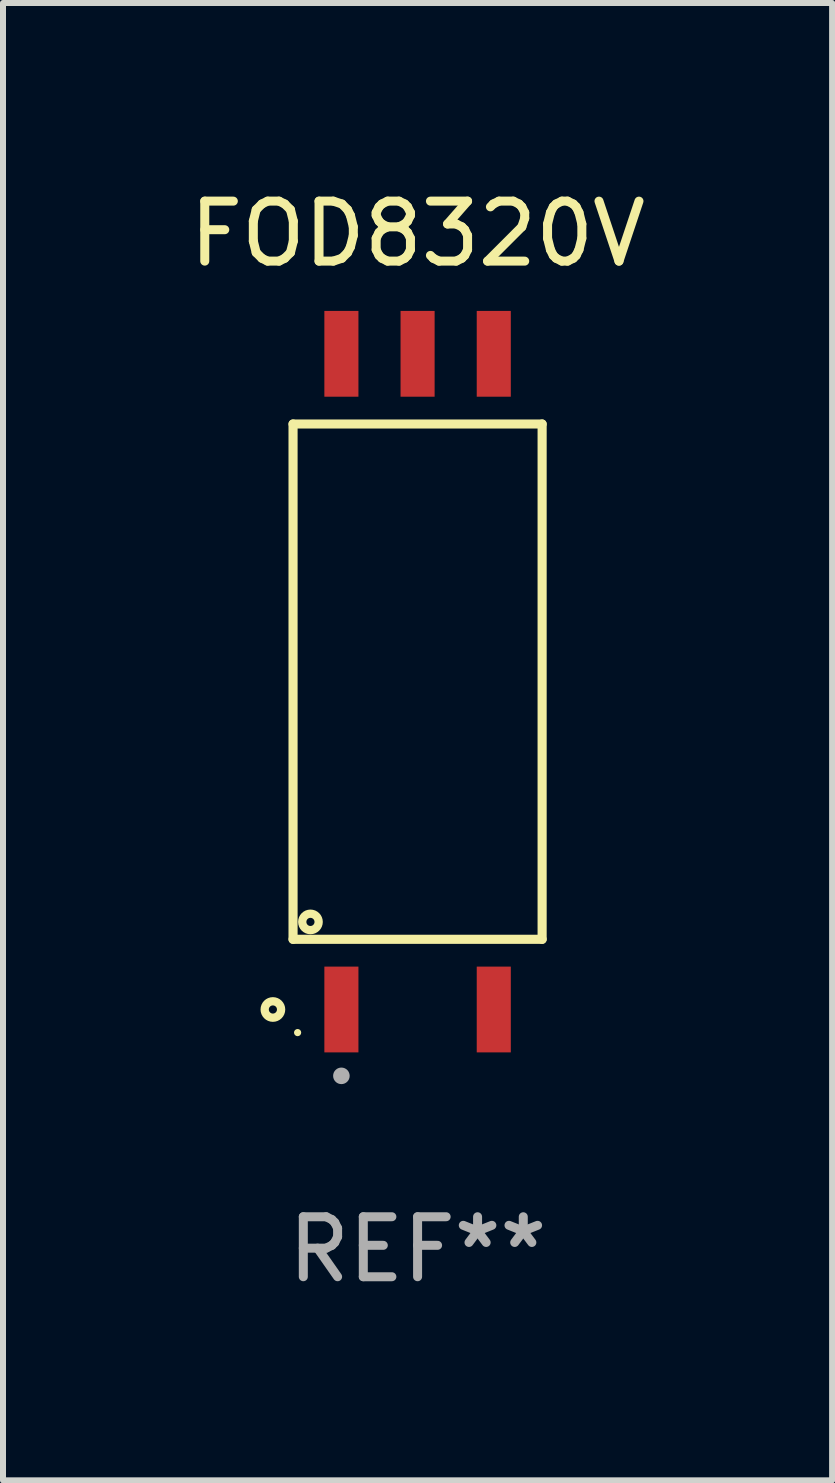
<source format=kicad_pcb>
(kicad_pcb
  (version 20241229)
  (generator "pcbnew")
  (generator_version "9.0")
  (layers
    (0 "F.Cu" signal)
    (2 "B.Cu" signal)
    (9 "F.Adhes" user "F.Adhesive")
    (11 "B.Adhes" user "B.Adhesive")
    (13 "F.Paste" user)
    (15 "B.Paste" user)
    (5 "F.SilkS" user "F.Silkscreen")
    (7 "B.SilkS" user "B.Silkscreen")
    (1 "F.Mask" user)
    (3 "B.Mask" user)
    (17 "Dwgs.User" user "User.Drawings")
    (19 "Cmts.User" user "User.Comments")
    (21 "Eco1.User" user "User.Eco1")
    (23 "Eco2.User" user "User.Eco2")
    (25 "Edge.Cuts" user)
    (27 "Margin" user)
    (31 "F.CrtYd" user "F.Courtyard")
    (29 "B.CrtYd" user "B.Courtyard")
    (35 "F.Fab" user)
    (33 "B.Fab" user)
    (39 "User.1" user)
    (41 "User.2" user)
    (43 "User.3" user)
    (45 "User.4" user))
  (footprint "FOD8320V"
    (layer "F.Cu")
    (at 3.911 8.313)
    (property "Reference" "FOD8320V" (at 0 -7.465 0) (layer "F.SilkS") (effects (font (size 1 1) (thickness 0.15))))
    (attr through_hole)
    (fp_line (start -2.076 -4.295) (end 2.076 -4.295) (stroke (width 0.152) (type solid)) (layer "F.SilkS"))
    (fp_line (start -2.076 4.295) (end -2.076 -4.295) (stroke (width 0.152) (type solid)) (layer "F.SilkS"))
    (fp_line (start 2.076 -4.295) (end 2.076 4.295) (stroke (width 0.152) (type solid)) (layer "F.SilkS"))
    (fp_line (start 2.076 4.295) (end -2.076 4.295) (stroke (width 0.152) (type solid)) (layer "F.SilkS"))
    (fp_circle (center -2.412 5.465) (end -2.344 5.465) (stroke (width 0.138) (type solid)) (fill no) (layer "F.SilkS"))
    (fp_circle (center -2 5.85) (end -1.97 5.85) (stroke (width 0.06) (type solid)) (fill no) (layer "F.SilkS"))
    (fp_circle (center -1.786 4.005) (end -1.718 4.005) (stroke (width 0.138) (type solid)) (fill no) (layer "F.SilkS"))
    (fp_circle (center -1.27 6.571) (end -1.201 6.571) (stroke (width 0.138) (type solid)) (fill no) (layer "F.Fab"))
    (fp_text user "REF**" (at 0 9.465 0) (layer "F.Fab") (effects (font (size 1 1) (thickness 0.15))))
    (pad "1" smd rect (at -1.27 5.465) (size 0.568 1.43) (layers "F.Cu" "F.Mask" "F.Paste"))
    (pad "3" smd rect (at 1.27 5.465) (size 0.568 1.43) (layers "F.Cu" "F.Mask" "F.Paste"))
    (pad "4" smd rect (at 1.27 -5.465) (size 0.568 1.43) (layers "F.Cu" "F.Mask" "F.Paste"))
    (pad "5" smd rect (at 0 -5.465) (size 0.568 1.43) (layers "F.Cu" "F.Mask" "F.Paste"))
    (pad "6" smd rect (at -1.27 -5.465) (size 0.568 1.43) (layers "F.Cu" "F.Mask" "F.Paste")))
  (gr_rect
    (start -3 -3)
    (end 10.821 21.627)
    (stroke (width 0.1) (type default))
    (fill no)
    (layer "Edge.Cuts")))
</source>
